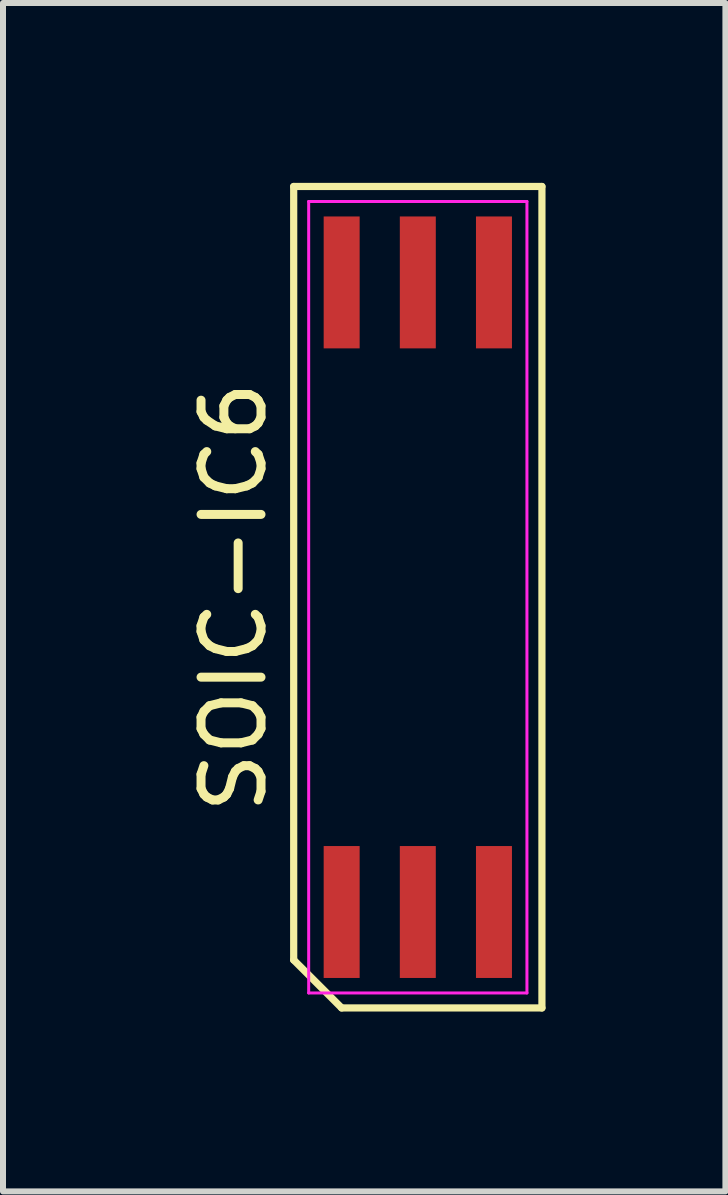
<source format=kicad_pcb>
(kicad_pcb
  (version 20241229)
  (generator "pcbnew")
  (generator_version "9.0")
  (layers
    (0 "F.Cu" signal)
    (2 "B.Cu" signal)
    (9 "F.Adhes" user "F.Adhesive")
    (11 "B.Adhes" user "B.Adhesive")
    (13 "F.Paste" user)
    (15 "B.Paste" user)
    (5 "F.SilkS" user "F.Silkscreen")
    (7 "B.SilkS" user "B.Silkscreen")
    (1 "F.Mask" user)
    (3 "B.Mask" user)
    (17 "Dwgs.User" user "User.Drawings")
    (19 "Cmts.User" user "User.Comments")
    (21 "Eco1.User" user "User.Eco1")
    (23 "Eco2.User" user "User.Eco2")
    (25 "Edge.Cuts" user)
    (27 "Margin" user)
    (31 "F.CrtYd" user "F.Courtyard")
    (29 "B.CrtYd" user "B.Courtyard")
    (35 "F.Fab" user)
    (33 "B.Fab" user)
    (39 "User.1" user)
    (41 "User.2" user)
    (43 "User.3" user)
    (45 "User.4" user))
  (footprint "SOIC-IC6"
    (layer "F.Cu")
    (at 3.918 6.91)
    (property "Reference" "SOIC-IC6" (at -3.07 0 90) (layer "F.SilkS") (effects (font (size 1 1) (thickness 0.15))))
    (attr smd)
    (fp_line (start -2.07 -6.85) (end 2.07 -6.85) (stroke (width 0.12) (type solid)) (layer "F.SilkS"))
    (fp_line (start -2.07 6.05) (end -2.07 -6.85) (stroke (width 0.12) (type solid)) (layer "F.SilkS"))
    (fp_line (start -1.27 6.85) (end -2.07 6.05) (stroke (width 0.12) (type solid)) (layer "F.SilkS"))
    (fp_line (start 2.07 -6.85) (end 2.07 6.85) (stroke (width 0.12) (type solid)) (layer "F.SilkS"))
    (fp_line (start 2.07 6.85) (end -1.27 6.85) (stroke (width 0.12) (type solid)) (layer "F.SilkS"))
    (fp_line (start -1.82 -6.6) (end 1.82 -6.6) (stroke (width 0.05) (type solid)) (layer "F.CrtYd"))
    (fp_line (start -1.82 6.6) (end -1.82 -6.6) (stroke (width 0.05) (type solid)) (layer "F.CrtYd"))
    (fp_line (start 1.82 -6.6) (end 1.82 6.6) (stroke (width 0.05) (type solid)) (layer "F.CrtYd"))
    (fp_line (start 1.82 6.6) (end -1.82 6.6) (stroke (width 0.05) (type solid)) (layer "F.CrtYd"))
    (pad "1" smd rect (at -1.27 5.25) (size 0.6 2.2) (layers "F.Cu" "F.Mask" "F.Paste"))
    (pad "2" smd rect (at 0 5.25) (size 0.6 2.2) (layers "F.Cu" "F.Mask" "F.Paste"))
    (pad "3" smd rect (at 1.27 5.25) (size 0.6 2.2) (layers "F.Cu" "F.Mask" "F.Paste"))
    (pad "4" smd rect (at 1.27 -5.25) (size 0.6 2.2) (layers "F.Cu" "F.Mask" "F.Paste"))
    (pad "5" smd rect (at 0 -5.25) (size 0.6 2.2) (layers "F.Cu" "F.Mask" "F.Paste"))
    (pad "6" smd rect (at -1.27 -5.25) (size 0.6 2.2) (layers "F.Cu" "F.Mask" "F.Paste")))
  (gr_rect
    (start -3 -3)
    (end 9.048 16.82)
    (stroke (width 0.1) (type default))
    (fill no)
    (layer "Edge.Cuts")))
</source>
